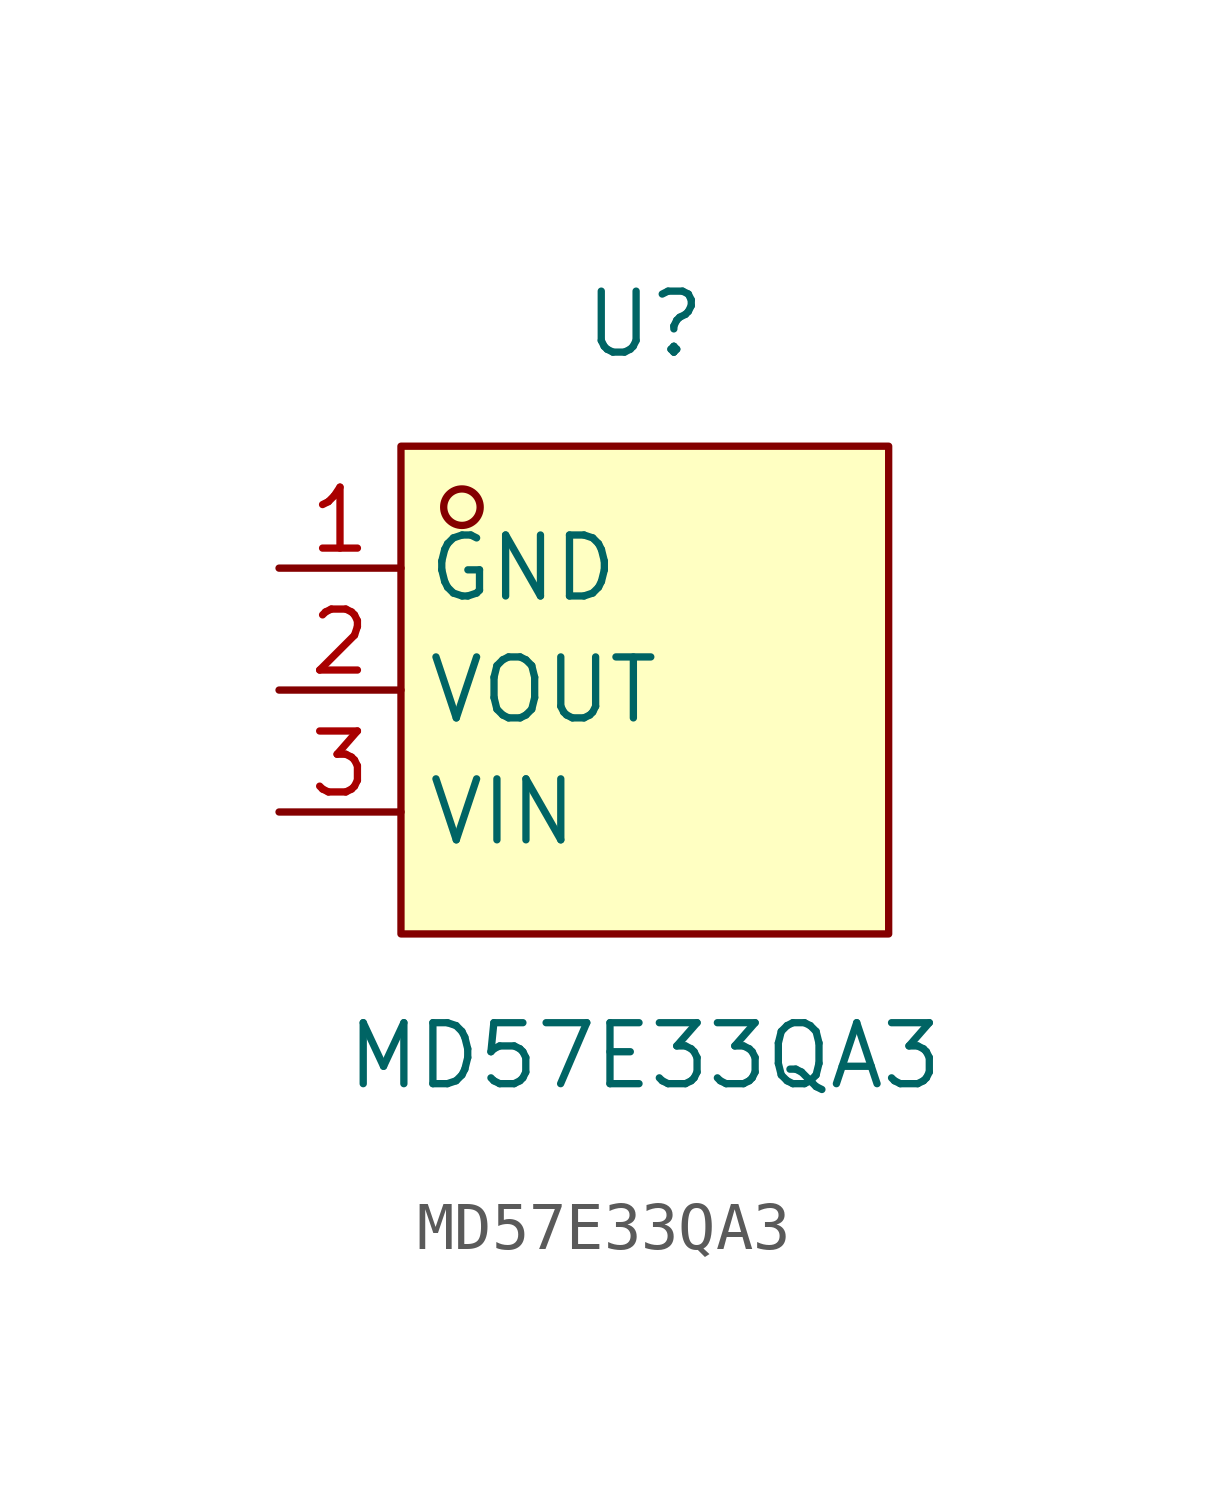
<source format=kicad_sym>
(kicad_symbol_lib
  (version 20231120)
  (generator "kicad_symbol_editor")
  (generator_version "8.0")
  (symbol "MD57E33QA3"
    (property "Reference" "U"
      (at 0 7.62 0)
      (effects (font (size 1.27 1.27))))
    (property "Value" "MD57E33QA3"
      (at 0 -7.62 0)
      (effects (font (size 1.27 1.27))))
    (symbol "MD57E33QA3_0_1"
      (rectangle (start -5.08 5.08) (end 5.08 -5.08) (stroke (width 0) (type default)) (fill (type background)))
      (circle (center -3.81 3.81) (radius 0.38) (stroke (width 0) (type default)) (fill (type none)))
      (pin unspecified line (at -7.62 2.54 0) (length 2.54) (name "GND" (effects (font (size 1.27 1.27)))) (number "1" (effects (font (size 1.27 1.27)))))
      (pin unspecified line (at -7.62 0 0) (length 2.54) (name "VOUT" (effects (font (size 1.27 1.27)))) (number "2" (effects (font (size 1.27 1.27)))))
      (pin unspecified line (at -7.62 -2.54 0) (length 2.54) (name "VIN" (effects (font (size 1.27 1.27)))) (number "3" (effects (font (size 1.27 1.27))))))))
</source>
